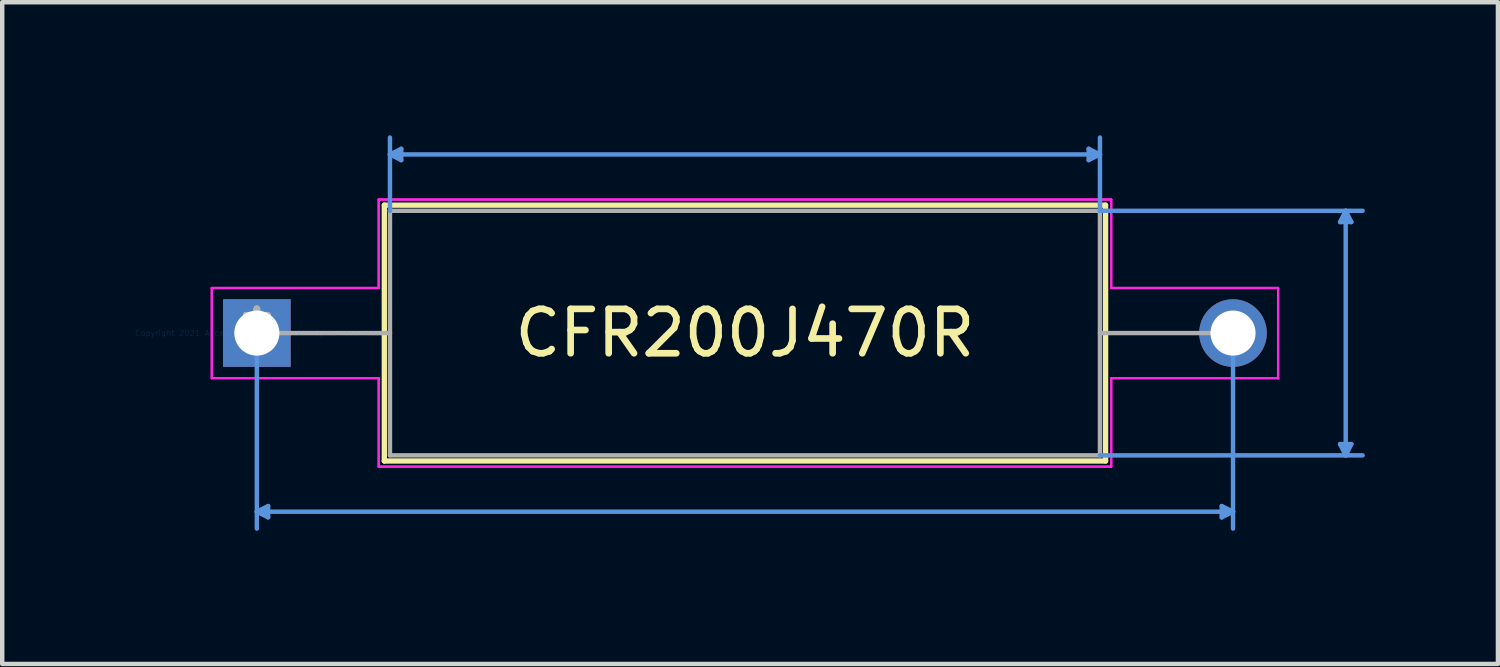
<source format=kicad_pcb>
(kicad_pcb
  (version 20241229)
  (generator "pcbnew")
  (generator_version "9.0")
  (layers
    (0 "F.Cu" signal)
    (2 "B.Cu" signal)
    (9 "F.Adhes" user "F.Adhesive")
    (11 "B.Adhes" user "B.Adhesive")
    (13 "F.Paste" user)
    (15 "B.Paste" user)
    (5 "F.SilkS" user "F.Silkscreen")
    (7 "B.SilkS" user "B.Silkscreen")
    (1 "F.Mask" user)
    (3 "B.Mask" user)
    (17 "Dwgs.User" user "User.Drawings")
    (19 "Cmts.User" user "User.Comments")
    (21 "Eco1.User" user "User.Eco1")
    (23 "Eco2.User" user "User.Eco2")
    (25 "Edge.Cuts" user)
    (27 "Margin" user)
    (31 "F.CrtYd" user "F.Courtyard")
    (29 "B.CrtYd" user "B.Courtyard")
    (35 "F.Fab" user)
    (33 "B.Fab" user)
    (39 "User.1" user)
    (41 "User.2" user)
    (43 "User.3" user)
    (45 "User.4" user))
  (footprint "CFR200J470R"
    (layer "F.Cu")
    (at 2.739 4.457)
    (property "Reference" "CFR200J470R" (at 11.001 0 0) (layer "F.SilkS") (effects (font (size 1 1) (thickness 0.15))))
    (attr through_hole)
    (fp_line (start 2.873 -2.883) (end 2.873 2.883) (stroke (width 0.12) (type solid)) (layer "F.SilkS"))
    (fp_line (start 2.873 2.883) (end 19.129 2.883) (stroke (width 0.12) (type solid)) (layer "F.SilkS"))
    (fp_line (start 19.129 -2.883) (end 2.873 -2.883) (stroke (width 0.12) (type solid)) (layer "F.SilkS"))
    (fp_line (start 19.129 2.883) (end 19.129 -2.883) (stroke (width 0.12) (type solid)) (layer "F.SilkS"))
    (fp_line (start 0 0) (end 0 4.407) (stroke (width 0.1) (type solid)) (layer "Cmts.User"))
    (fp_line (start 0 4.026) (end 0.254 3.899) (stroke (width 0.1) (type solid)) (layer "Cmts.User"))
    (fp_line (start 0 4.026) (end 0.254 4.153) (stroke (width 0.1) (type solid)) (layer "Cmts.User"))
    (fp_line (start 0 4.026) (end 22.001 4.026) (stroke (width 0.1) (type solid)) (layer "Cmts.User"))
    (fp_line (start 0.254 3.899) (end 0.254 4.153) (stroke (width 0.1) (type solid)) (layer "Cmts.User"))
    (fp_line (start 3 -4.026) (end 3.254 -4.153) (stroke (width 0.1) (type solid)) (layer "Cmts.User"))
    (fp_line (start 3 -4.026) (end 3.254 -3.899) (stroke (width 0.1) (type solid)) (layer "Cmts.User"))
    (fp_line (start 3 -4.026) (end 19.002 -4.026) (stroke (width 0.1) (type solid)) (layer "Cmts.User"))
    (fp_line (start 3 -2.756) (end 3 -4.407) (stroke (width 0.1) (type solid)) (layer "Cmts.User"))
    (fp_line (start 3.254 -4.153) (end 3.254 -3.899) (stroke (width 0.1) (type solid)) (layer "Cmts.User"))
    (fp_line (start 18.748 -4.153) (end 18.748 -3.899) (stroke (width 0.1) (type solid)) (layer "Cmts.User"))
    (fp_line (start 19.002 -4.026) (end 18.748 -4.153) (stroke (width 0.1) (type solid)) (layer "Cmts.User"))
    (fp_line (start 19.002 -4.026) (end 18.748 -3.899) (stroke (width 0.1) (type solid)) (layer "Cmts.User"))
    (fp_line (start 19.002 -2.756) (end 19.002 -4.407) (stroke (width 0.1) (type solid)) (layer "Cmts.User"))
    (fp_line (start 19.002 -2.756) (end 24.922 -2.756) (stroke (width 0.1) (type solid)) (layer "Cmts.User"))
    (fp_line (start 19.002 2.756) (end 24.922 2.756) (stroke (width 0.1) (type solid)) (layer "Cmts.User"))
    (fp_line (start 21.747 3.899) (end 21.747 4.153) (stroke (width 0.1) (type solid)) (layer "Cmts.User"))
    (fp_line (start 22.001 0) (end 22.001 4.407) (stroke (width 0.1) (type solid)) (layer "Cmts.User"))
    (fp_line (start 22.001 4.026) (end 21.747 3.899) (stroke (width 0.1) (type solid)) (layer "Cmts.User"))
    (fp_line (start 22.001 4.026) (end 21.747 4.153) (stroke (width 0.1) (type solid)) (layer "Cmts.User"))
    (fp_line (start 24.414 -2.502) (end 24.668 -2.502) (stroke (width 0.1) (type solid)) (layer "Cmts.User"))
    (fp_line (start 24.414 2.502) (end 24.668 2.502) (stroke (width 0.1) (type solid)) (layer "Cmts.User"))
    (fp_line (start 24.541 -2.756) (end 24.414 -2.502) (stroke (width 0.1) (type solid)) (layer "Cmts.User"))
    (fp_line (start 24.541 -2.756) (end 24.541 2.756) (stroke (width 0.1) (type solid)) (layer "Cmts.User"))
    (fp_line (start 24.541 -2.756) (end 24.668 -2.502) (stroke (width 0.1) (type solid)) (layer "Cmts.User"))
    (fp_line (start 24.541 2.756) (end 24.414 2.502) (stroke (width 0.1) (type solid)) (layer "Cmts.User"))
    (fp_line (start 24.541 2.756) (end 24.668 2.502) (stroke (width 0.1) (type solid)) (layer "Cmts.User"))
    (fp_line (start -1.016 -1.016) (end 2.746 -1.016) (stroke (width 0.05) (type solid)) (layer "F.CrtYd"))
    (fp_line (start -1.016 -1.016) (end 2.746 -1.016) (stroke (width 0.05) (type solid)) (layer "F.CrtYd"))
    (fp_line (start -1.016 1.016) (end -1.016 -1.016) (stroke (width 0.05) (type solid)) (layer "F.CrtYd"))
    (fp_line (start -1.016 1.016) (end -1.016 -1.016) (stroke (width 0.05) (type solid)) (layer "F.CrtYd"))
    (fp_line (start 2.746 -3.01) (end 19.256 -3.01) (stroke (width 0.05) (type solid)) (layer "F.CrtYd"))
    (fp_line (start 2.746 -3.01) (end 19.256 -3.01) (stroke (width 0.05) (type solid)) (layer "F.CrtYd"))
    (fp_line (start 2.746 -1.016) (end 2.746 -3.01) (stroke (width 0.05) (type solid)) (layer "F.CrtYd"))
    (fp_line (start 2.746 -1.016) (end 2.746 -3.01) (stroke (width 0.05) (type solid)) (layer "F.CrtYd"))
    (fp_line (start 2.746 1.016) (end -1.016 1.016) (stroke (width 0.05) (type solid)) (layer "F.CrtYd"))
    (fp_line (start 2.746 1.016) (end -1.016 1.016) (stroke (width 0.05) (type solid)) (layer "F.CrtYd"))
    (fp_line (start 2.746 3.01) (end 2.746 1.016) (stroke (width 0.05) (type solid)) (layer "F.CrtYd"))
    (fp_line (start 2.746 3.01) (end 2.746 1.016) (stroke (width 0.05) (type solid)) (layer "F.CrtYd"))
    (fp_line (start 19.256 -3.01) (end 19.256 -1.016) (stroke (width 0.05) (type solid)) (layer "F.CrtYd"))
    (fp_line (start 19.256 -3.01) (end 19.256 -1.016) (stroke (width 0.05) (type solid)) (layer "F.CrtYd"))
    (fp_line (start 19.256 -1.016) (end 23.017 -1.016) (stroke (width 0.05) (type solid)) (layer "F.CrtYd"))
    (fp_line (start 19.256 -1.016) (end 23.017 -1.016) (stroke (width 0.05) (type solid)) (layer "F.CrtYd"))
    (fp_line (start 19.256 1.016) (end 19.256 3.01) (stroke (width 0.05) (type solid)) (layer "F.CrtYd"))
    (fp_line (start 19.256 1.016) (end 19.256 3.01) (stroke (width 0.05) (type solid)) (layer "F.CrtYd"))
    (fp_line (start 19.256 3.01) (end 2.746 3.01) (stroke (width 0.05) (type solid)) (layer "F.CrtYd"))
    (fp_line (start 19.256 3.01) (end 2.746 3.01) (stroke (width 0.05) (type solid)) (layer "F.CrtYd"))
    (fp_line (start 23.017 -1.016) (end 23.017 1.016) (stroke (width 0.05) (type solid)) (layer "F.CrtYd"))
    (fp_line (start 23.017 -1.016) (end 23.017 1.016) (stroke (width 0.05) (type solid)) (layer "F.CrtYd"))
    (fp_line (start 23.017 1.016) (end 19.256 1.016) (stroke (width 0.05) (type solid)) (layer "F.CrtYd"))
    (fp_line (start 23.017 1.016) (end 19.256 1.016) (stroke (width 0.05) (type solid)) (layer "F.CrtYd"))
    (fp_line (start 0 0) (end 3 0) (stroke (width 0.1) (type solid)) (layer "F.Fab"))
    (fp_line (start 3 -2.756) (end 3 2.756) (stroke (width 0.1) (type solid)) (layer "F.Fab"))
    (fp_line (start 3 2.756) (end 19.002 2.756) (stroke (width 0.1) (type solid)) (layer "F.Fab"))
    (fp_line (start 19.002 -2.756) (end 3 -2.756) (stroke (width 0.1) (type solid)) (layer "F.Fab"))
    (fp_line (start 19.002 2.756) (end 19.002 -2.756) (stroke (width 0.1) (type solid)) (layer "F.Fab"))
    (fp_line (start 22.001 0) (end 19.002 0) (stroke (width 0.1) (type solid)) (layer "F.Fab"))
    (fp_text user "*" (at 0 0 0) (layer "F.SilkS") (effects (font (size 1 1) (thickness 0.15))))
    (fp_text user "Copyright 2021 Accelerated Designs. All rights reserved." (at 0 0 0) (layer "Cmts.User") (effects (font (size 0.127 0.127) (thickness 0.002))))
    (fp_text user "*" (at 0 0 0) (layer "F.Fab") (effects (font (size 1 1) (thickness 0.15))))
    (pad "1" thru_hole rect (at 0 0) (size 1.524 1.524) (drill 1.016) (layers "*.Cu" "*.Mask"))
    (pad "2" thru_hole circle (at 22.001 0) (size 1.524 1.524) (drill 1.016) (layers "*.Cu" "*.Mask")))
  (gr_rect
    (start -3 -3)
    (end 30.711 11.914)
    (stroke (width 0.1) (type default))
    (fill no)
    (layer "Edge.Cuts")))
</source>
